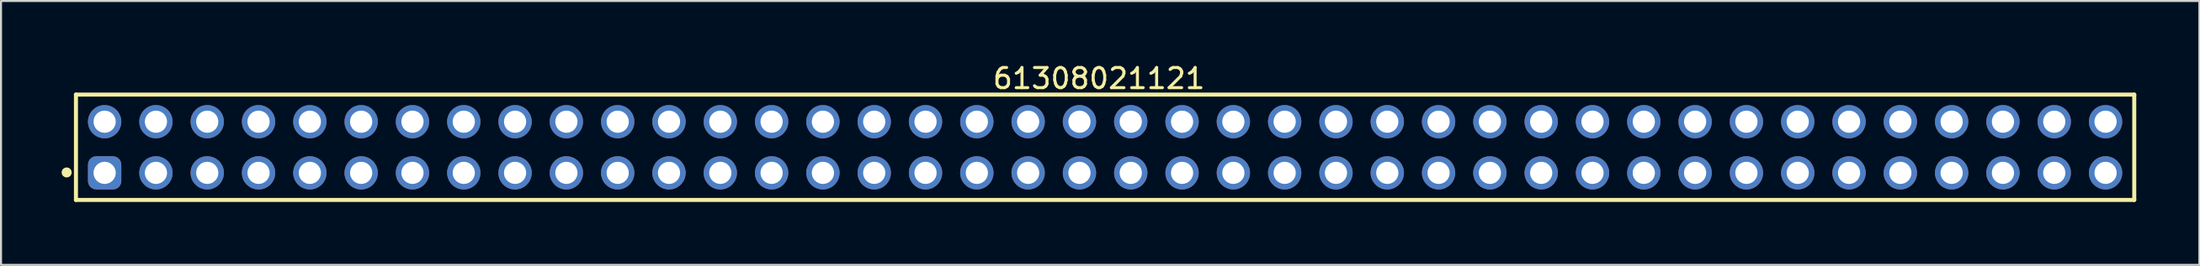
<source format=kicad_pcb>
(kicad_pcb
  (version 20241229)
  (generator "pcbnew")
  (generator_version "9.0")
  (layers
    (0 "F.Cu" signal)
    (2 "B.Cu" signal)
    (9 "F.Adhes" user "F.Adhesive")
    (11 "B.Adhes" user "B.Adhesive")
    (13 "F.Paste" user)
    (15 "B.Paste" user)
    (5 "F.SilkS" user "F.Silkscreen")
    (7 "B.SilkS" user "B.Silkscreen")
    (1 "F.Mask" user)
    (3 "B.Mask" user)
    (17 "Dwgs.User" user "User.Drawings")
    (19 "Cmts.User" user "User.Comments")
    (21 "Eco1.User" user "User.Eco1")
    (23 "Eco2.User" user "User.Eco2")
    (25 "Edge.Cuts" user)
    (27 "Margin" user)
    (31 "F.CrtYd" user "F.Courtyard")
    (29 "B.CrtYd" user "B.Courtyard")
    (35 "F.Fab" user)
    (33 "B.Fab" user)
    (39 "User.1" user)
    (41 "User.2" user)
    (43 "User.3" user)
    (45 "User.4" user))
  (footprint "61308021121"
    (layer "F.Cu")
    (at 51.66 4.263)
    (property "Reference" "61308021121" (at -0.305 -3.415 0) (layer "F.SilkS") (effects (font (size 1 1) (thickness 0.15))))
    (fp_line (start -50.95 -2.615) (end 50.95 -2.615) (stroke (width 0.2) (type solid)) (layer "F.SilkS"))
    (fp_line (start -50.95 2.615) (end -50.95 -2.615) (stroke (width 0.2) (type solid)) (layer "F.SilkS"))
    (fp_line (start -50.95 2.615) (end 50.95 2.615) (stroke (width 0.2) (type solid)) (layer "F.SilkS"))
    (fp_line (start 50.95 2.615) (end 50.95 -2.615) (stroke (width 0.2) (type solid)) (layer "F.SilkS"))
    (fp_circle (center -51.41 1.25) (end -51.41 1.125) (stroke (width 0.25) (type solid)) (fill no) (layer "F.SilkS"))
    (fp_line (start -51.15 -2.815) (end 51.15 -2.815) (stroke (width 0.05) (type solid)) (layer "Eco2.User"))
    (fp_line (start -51.15 2.815) (end -51.15 -2.815) (stroke (width 0.05) (type solid)) (layer "Eco2.User"))
    (fp_line (start -51.15 2.815) (end 51.15 2.815) (stroke (width 0.05) (type solid)) (layer "Eco2.User"))
    (fp_line (start -50.8 -2.54) (end 50.8 -2.54) (stroke (width 0.1) (type solid)) (layer "Eco2.User"))
    (fp_line (start -50.8 2.54) (end -50.8 -2.54) (stroke (width 0.1) (type solid)) (layer "Eco2.User"))
    (fp_line (start -50.8 2.54) (end 50.8 2.54) (stroke (width 0.1) (type solid)) (layer "Eco2.User"))
    (fp_line (start -0.5 0) (end 0.5 0) (stroke (width 0.05) (type solid)) (layer "Eco2.User"))
    (fp_line (start 0 0.5) (end 0 -0.5) (stroke (width 0.05) (type solid)) (layer "Eco2.User"))
    (fp_line (start 50.8 2.54) (end 50.8 -2.54) (stroke (width 0.1) (type solid)) (layer "Eco2.User"))
    (fp_line (start 51.15 2.815) (end 51.15 -2.815) (stroke (width 0.05) (type solid)) (layer "Eco2.User"))
    (fp_text user "${REFERENCE}" (at 0.15 -0.197 0) (unlocked yes) (layer "User.3") (effects (font (size 1.5 1.5) (thickness 0.15))))
    (pad "1" thru_hole roundrect (at -49.53 1.27) (size 1.65 1.65) (drill 1.1) (layers "*.Cu" "*.Mask") (roundrect_rratio 0.25))
    (pad "2" thru_hole circle (at -49.53 -1.27) (size 1.65 1.65) (drill 1.1) (layers "*.Cu" "*.Mask"))
    (pad "3" thru_hole circle (at -46.99 1.27) (size 1.65 1.65) (drill 1.1) (layers "*.Cu" "*.Mask"))
    (pad "4" thru_hole circle (at -46.99 -1.27) (size 1.65 1.65) (drill 1.1) (layers "*.Cu" "*.Mask"))
    (pad "5" thru_hole circle (at -44.45 1.27) (size 1.65 1.65) (drill 1.1) (layers "*.Cu" "*.Mask"))
    (pad "6" thru_hole circle (at -44.45 -1.27) (size 1.65 1.65) (drill 1.1) (layers "*.Cu" "*.Mask"))
    (pad "7" thru_hole circle (at -41.91 1.27) (size 1.65 1.65) (drill 1.1) (layers "*.Cu" "*.Mask"))
    (pad "8" thru_hole circle (at -41.91 -1.27) (size 1.65 1.65) (drill 1.1) (layers "*.Cu" "*.Mask"))
    (pad "9" thru_hole circle (at -39.37 1.27) (size 1.65 1.65) (drill 1.1) (layers "*.Cu" "*.Mask"))
    (pad "10" thru_hole circle (at -39.37 -1.27) (size 1.65 1.65) (drill 1.1) (layers "*.Cu" "*.Mask"))
    (pad "11" thru_hole circle (at -36.83 1.27) (size 1.65 1.65) (drill 1.1) (layers "*.Cu" "*.Mask"))
    (pad "12" thru_hole circle (at -36.83 -1.27) (size 1.65 1.65) (drill 1.1) (layers "*.Cu" "*.Mask"))
    (pad "13" thru_hole circle (at -34.29 1.27) (size 1.65 1.65) (drill 1.1) (layers "*.Cu" "*.Mask"))
    (pad "14" thru_hole circle (at -34.29 -1.27) (size 1.65 1.65) (drill 1.1) (layers "*.Cu" "*.Mask"))
    (pad "15" thru_hole circle (at -31.75 1.27) (size 1.65 1.65) (drill 1.1) (layers "*.Cu" "*.Mask"))
    (pad "16" thru_hole circle (at -31.75 -1.27) (size 1.65 1.65) (drill 1.1) (layers "*.Cu" "*.Mask"))
    (pad "17" thru_hole circle (at -29.21 1.27) (size 1.65 1.65) (drill 1.1) (layers "*.Cu" "*.Mask"))
    (pad "18" thru_hole circle (at -29.21 -1.27) (size 1.65 1.65) (drill 1.1) (layers "*.Cu" "*.Mask"))
    (pad "19" thru_hole circle (at -26.67 1.27) (size 1.65 1.65) (drill 1.1) (layers "*.Cu" "*.Mask"))
    (pad "20" thru_hole circle (at -26.67 -1.27) (size 1.65 1.65) (drill 1.1) (layers "*.Cu" "*.Mask"))
    (pad "21" thru_hole circle (at -24.13 1.27) (size 1.65 1.65) (drill 1.1) (layers "*.Cu" "*.Mask"))
    (pad "22" thru_hole circle (at -24.13 -1.27) (size 1.65 1.65) (drill 1.1) (layers "*.Cu" "*.Mask"))
    (pad "23" thru_hole circle (at -21.59 1.27) (size 1.65 1.65) (drill 1.1) (layers "*.Cu" "*.Mask"))
    (pad "24" thru_hole circle (at -21.59 -1.27) (size 1.65 1.65) (drill 1.1) (layers "*.Cu" "*.Mask"))
    (pad "25" thru_hole circle (at -19.05 1.27) (size 1.65 1.65) (drill 1.1) (layers "*.Cu" "*.Mask"))
    (pad "26" thru_hole circle (at -19.05 -1.27) (size 1.65 1.65) (drill 1.1) (layers "*.Cu" "*.Mask"))
    (pad "27" thru_hole circle (at -16.51 1.27) (size 1.65 1.65) (drill 1.1) (layers "*.Cu" "*.Mask"))
    (pad "28" thru_hole circle (at -16.51 -1.27) (size 1.65 1.65) (drill 1.1) (layers "*.Cu" "*.Mask"))
    (pad "29" thru_hole circle (at -13.97 1.27) (size 1.65 1.65) (drill 1.1) (layers "*.Cu" "*.Mask"))
    (pad "30" thru_hole circle (at -13.97 -1.27) (size 1.65 1.65) (drill 1.1) (layers "*.Cu" "*.Mask"))
    (pad "31" thru_hole circle (at -11.43 1.27) (size 1.65 1.65) (drill 1.1) (layers "*.Cu" "*.Mask"))
    (pad "32" thru_hole circle (at -11.43 -1.27) (size 1.65 1.65) (drill 1.1) (layers "*.Cu" "*.Mask"))
    (pad "33" thru_hole circle (at -8.89 1.27) (size 1.65 1.65) (drill 1.1) (layers "*.Cu" "*.Mask"))
    (pad "34" thru_hole circle (at -8.89 -1.27) (size 1.65 1.65) (drill 1.1) (layers "*.Cu" "*.Mask"))
    (pad "35" thru_hole circle (at -6.35 1.27) (size 1.65 1.65) (drill 1.1) (layers "*.Cu" "*.Mask"))
    (pad "36" thru_hole circle (at -6.35 -1.27) (size 1.65 1.65) (drill 1.1) (layers "*.Cu" "*.Mask"))
    (pad "37" thru_hole circle (at -3.81 1.27) (size 1.65 1.65) (drill 1.1) (layers "*.Cu" "*.Mask"))
    (pad "38" thru_hole circle (at -3.81 -1.27) (size 1.65 1.65) (drill 1.1) (layers "*.Cu" "*.Mask"))
    (pad "39" thru_hole circle (at -1.27 1.27) (size 1.65 1.65) (drill 1.1) (layers "*.Cu" "*.Mask"))
    (pad "40" thru_hole circle (at -1.27 -1.27) (size 1.65 1.65) (drill 1.1) (layers "*.Cu" "*.Mask"))
    (pad "41" thru_hole circle (at 1.27 1.27) (size 1.65 1.65) (drill 1.1) (layers "*.Cu" "*.Mask"))
    (pad "42" thru_hole circle (at 1.27 -1.27) (size 1.65 1.65) (drill 1.1) (layers "*.Cu" "*.Mask"))
    (pad "43" thru_hole circle (at 3.81 1.27) (size 1.65 1.65) (drill 1.1) (layers "*.Cu" "*.Mask"))
    (pad "44" thru_hole circle (at 3.81 -1.27) (size 1.65 1.65) (drill 1.1) (layers "*.Cu" "*.Mask"))
    (pad "45" thru_hole circle (at 6.35 1.27) (size 1.65 1.65) (drill 1.1) (layers "*.Cu" "*.Mask"))
    (pad "46" thru_hole circle (at 6.35 -1.27) (size 1.65 1.65) (drill 1.1) (layers "*.Cu" "*.Mask"))
    (pad "47" thru_hole circle (at 8.89 1.27) (size 1.65 1.65) (drill 1.1) (layers "*.Cu" "*.Mask"))
    (pad "48" thru_hole circle (at 8.89 -1.27) (size 1.65 1.65) (drill 1.1) (layers "*.Cu" "*.Mask"))
    (pad "49" thru_hole circle (at 11.43 1.27) (size 1.65 1.65) (drill 1.1) (layers "*.Cu" "*.Mask"))
    (pad "50" thru_hole circle (at 11.43 -1.27) (size 1.65 1.65) (drill 1.1) (layers "*.Cu" "*.Mask"))
    (pad "51" thru_hole circle (at 13.97 1.27) (size 1.65 1.65) (drill 1.1) (layers "*.Cu" "*.Mask"))
    (pad "52" thru_hole circle (at 13.97 -1.27) (size 1.65 1.65) (drill 1.1) (layers "*.Cu" "*.Mask"))
    (pad "53" thru_hole circle (at 16.51 1.27) (size 1.65 1.65) (drill 1.1) (layers "*.Cu" "*.Mask"))
    (pad "54" thru_hole circle (at 16.51 -1.27) (size 1.65 1.65) (drill 1.1) (layers "*.Cu" "*.Mask"))
    (pad "55" thru_hole circle (at 19.05 1.27) (size 1.65 1.65) (drill 1.1) (layers "*.Cu" "*.Mask"))
    (pad "56" thru_hole circle (at 19.05 -1.27) (size 1.65 1.65) (drill 1.1) (layers "*.Cu" "*.Mask"))
    (pad "57" thru_hole circle (at 21.59 1.27) (size 1.65 1.65) (drill 1.1) (layers "*.Cu" "*.Mask"))
    (pad "58" thru_hole circle (at 21.59 -1.27) (size 1.65 1.65) (drill 1.1) (layers "*.Cu" "*.Mask"))
    (pad "59" thru_hole circle (at 24.13 1.27) (size 1.65 1.65) (drill 1.1) (layers "*.Cu" "*.Mask"))
    (pad "60" thru_hole circle (at 24.13 -1.27) (size 1.65 1.65) (drill 1.1) (layers "*.Cu" "*.Mask"))
    (pad "61" thru_hole circle (at 26.67 1.27) (size 1.65 1.65) (drill 1.1) (layers "*.Cu" "*.Mask"))
    (pad "62" thru_hole circle (at 26.67 -1.27) (size 1.65 1.65) (drill 1.1) (layers "*.Cu" "*.Mask"))
    (pad "63" thru_hole circle (at 29.21 1.27) (size 1.65 1.65) (drill 1.1) (layers "*.Cu" "*.Mask"))
    (pad "64" thru_hole circle (at 29.21 -1.27) (size 1.65 1.65) (drill 1.1) (layers "*.Cu" "*.Mask"))
    (pad "65" thru_hole circle (at 31.75 1.27) (size 1.65 1.65) (drill 1.1) (layers "*.Cu" "*.Mask"))
    (pad "66" thru_hole circle (at 31.75 -1.27) (size 1.65 1.65) (drill 1.1) (layers "*.Cu" "*.Mask"))
    (pad "67" thru_hole circle (at 34.29 1.27) (size 1.65 1.65) (drill 1.1) (layers "*.Cu" "*.Mask"))
    (pad "68" thru_hole circle (at 34.29 -1.27) (size 1.65 1.65) (drill 1.1) (layers "*.Cu" "*.Mask"))
    (pad "69" thru_hole circle (at 36.83 1.27) (size 1.65 1.65) (drill 1.1) (layers "*.Cu" "*.Mask"))
    (pad "70" thru_hole circle (at 36.83 -1.27) (size 1.65 1.65) (drill 1.1) (layers "*.Cu" "*.Mask"))
    (pad "71" thru_hole circle (at 39.37 1.27) (size 1.65 1.65) (drill 1.1) (layers "*.Cu" "*.Mask"))
    (pad "72" thru_hole circle (at 39.37 -1.27) (size 1.65 1.65) (drill 1.1) (layers "*.Cu" "*.Mask"))
    (pad "73" thru_hole circle (at 41.91 1.27) (size 1.65 1.65) (drill 1.1) (layers "*.Cu" "*.Mask"))
    (pad "74" thru_hole circle (at 41.91 -1.27) (size 1.65 1.65) (drill 1.1) (layers "*.Cu" "*.Mask"))
    (pad "75" thru_hole circle (at 44.45 1.27) (size 1.65 1.65) (drill 1.1) (layers "*.Cu" "*.Mask"))
    (pad "76" thru_hole circle (at 44.45 -1.27) (size 1.65 1.65) (drill 1.1) (layers "*.Cu" "*.Mask"))
    (pad "77" thru_hole circle (at 46.99 1.27) (size 1.65 1.65) (drill 1.1) (layers "*.Cu" "*.Mask"))
    (pad "78" thru_hole circle (at 46.99 -1.27) (size 1.65 1.65) (drill 1.1) (layers "*.Cu" "*.Mask"))
    (pad "79" thru_hole circle (at 49.53 1.27) (size 1.65 1.65) (drill 1.1) (layers "*.Cu" "*.Mask"))
    (pad "80" thru_hole circle (at 49.53 -1.27) (size 1.65 1.65) (drill 1.1) (layers "*.Cu" "*.Mask")))
  (gr_rect
    (start -3 -3)
    (end 105.835 10.103)
    (stroke (width 0.1) (type default))
    (fill no)
    (layer "Edge.Cuts")))
</source>
